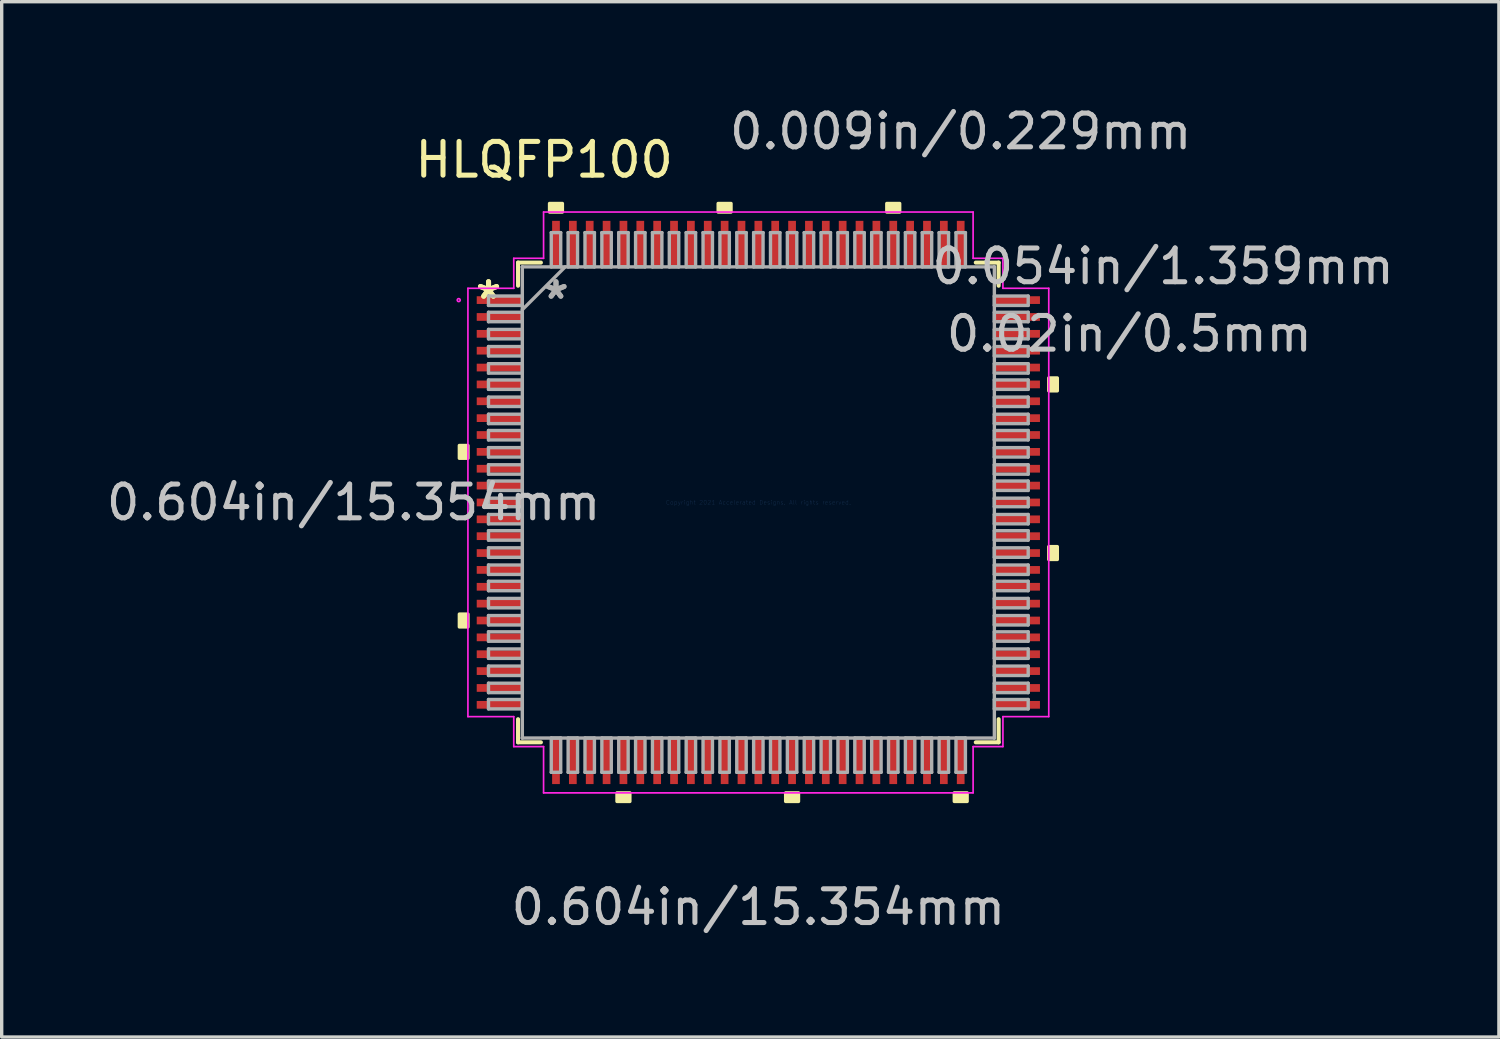
<source format=kicad_pcb>
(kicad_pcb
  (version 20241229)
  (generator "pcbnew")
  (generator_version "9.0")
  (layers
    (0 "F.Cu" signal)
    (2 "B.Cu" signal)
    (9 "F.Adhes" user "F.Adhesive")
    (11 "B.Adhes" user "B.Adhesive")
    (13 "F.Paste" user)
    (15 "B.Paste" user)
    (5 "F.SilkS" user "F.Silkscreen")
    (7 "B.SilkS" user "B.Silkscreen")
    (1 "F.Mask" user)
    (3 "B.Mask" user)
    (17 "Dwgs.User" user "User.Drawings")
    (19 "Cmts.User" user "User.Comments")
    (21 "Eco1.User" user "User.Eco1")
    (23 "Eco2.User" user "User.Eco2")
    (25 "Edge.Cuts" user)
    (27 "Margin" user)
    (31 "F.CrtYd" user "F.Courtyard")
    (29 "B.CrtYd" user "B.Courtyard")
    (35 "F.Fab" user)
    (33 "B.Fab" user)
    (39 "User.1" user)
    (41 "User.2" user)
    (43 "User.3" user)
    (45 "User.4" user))
  (footprint "HLQFP100"
    (layer "F.Cu")
    (at 19.435 11.848)
    (property "Reference" "HLQFP100" (at -6.35 -10.16 0) (layer "F.SilkS") (effects (font (size 1 1) (thickness 0.15))))
    (attr through_hole)
    (fp_line (start -7.125 -7.112) (end -7.125 -6.426) (stroke (width 0.12) (type solid)) (layer "F.SilkS"))
    (fp_line (start -7.125 6.426) (end -7.125 7.112) (stroke (width 0.12) (type solid)) (layer "F.SilkS"))
    (fp_line (start -7.125 7.112) (end -6.447 7.112) (stroke (width 0.12) (type solid)) (layer "F.SilkS"))
    (fp_line (start -6.447 -7.112) (end -7.125 -7.112) (stroke (width 0.12) (type solid)) (layer "F.SilkS"))
    (fp_line (start 6.447 7.112) (end 7.125 7.112) (stroke (width 0.12) (type solid)) (layer "F.SilkS"))
    (fp_line (start 7.125 -7.112) (end 6.447 -7.112) (stroke (width 0.12) (type solid)) (layer "F.SilkS"))
    (fp_line (start 7.125 -6.426) (end 7.125 -7.112) (stroke (width 0.12) (type solid)) (layer "F.SilkS"))
    (fp_line (start 7.125 7.112) (end 7.125 6.426) (stroke (width 0.12) (type solid)) (layer "F.SilkS"))
    (fp_poly (pts (xy -8.865 -1.69) (xy -8.865 -1.31) (xy -8.611 -1.31) (xy -8.611 -1.69)) (stroke (width 0.1) (type solid)) (fill yes) (layer "F.SilkS"))
    (fp_poly (pts (xy -8.865 3.31) (xy -8.865 3.691) (xy -8.611 3.691) (xy -8.611 3.31)) (stroke (width 0.1) (type solid)) (fill yes) (layer "F.SilkS"))
    (fp_poly (pts (xy -6.191 -8.611) (xy -6.191 -8.865) (xy -5.81 -8.865) (xy -5.81 -8.611)) (stroke (width 0.1) (type solid)) (fill yes) (layer "F.SilkS"))
    (fp_poly (pts (xy -4.191 8.611) (xy -4.191 8.865) (xy -3.809 8.865) (xy -3.809 8.611)) (stroke (width 0.1) (type solid)) (fill yes) (layer "F.SilkS"))
    (fp_poly (pts (xy -1.191 -8.611) (xy -1.191 -8.865) (xy -0.81 -8.865) (xy -0.81 -8.611)) (stroke (width 0.1) (type solid)) (fill yes) (layer "F.SilkS"))
    (fp_poly (pts (xy 0.81 8.611) (xy 0.81 8.865) (xy 1.191 8.865) (xy 1.191 8.611)) (stroke (width 0.1) (type solid)) (fill yes) (layer "F.SilkS"))
    (fp_poly (pts (xy 3.809 -8.611) (xy 3.809 -8.865) (xy 4.191 -8.865) (xy 4.191 -8.611)) (stroke (width 0.1) (type solid)) (fill yes) (layer "F.SilkS"))
    (fp_poly (pts (xy 5.81 8.611) (xy 5.81 8.865) (xy 6.191 8.865) (xy 6.191 8.611)) (stroke (width 0.1) (type solid)) (fill yes) (layer "F.SilkS"))
    (fp_poly (pts (xy 8.865 -3.691) (xy 8.865 -3.31) (xy 8.611 -3.31) (xy 8.611 -3.691)) (stroke (width 0.1) (type solid)) (fill yes) (layer "F.SilkS"))
    (fp_poly (pts (xy 8.865 1.31) (xy 8.865 1.69) (xy 8.611 1.69) (xy 8.611 1.31)) (stroke (width 0.1) (type solid)) (fill yes) (layer "F.SilkS"))
    (fp_line (start -8.611 -6.35) (end -7.252 -6.35) (stroke (width 0.05) (type solid)) (layer "F.CrtYd"))
    (fp_line (start -8.611 6.35) (end -8.611 -6.35) (stroke (width 0.05) (type solid)) (layer "F.CrtYd"))
    (fp_line (start -7.252 -7.239) (end -6.368 -7.239) (stroke (width 0.05) (type solid)) (layer "F.CrtYd"))
    (fp_line (start -7.252 -6.35) (end -7.252 -7.239) (stroke (width 0.05) (type solid)) (layer "F.CrtYd"))
    (fp_line (start -7.252 6.35) (end -8.611 6.35) (stroke (width 0.05) (type solid)) (layer "F.CrtYd"))
    (fp_line (start -7.252 7.239) (end -7.252 6.35) (stroke (width 0.05) (type solid)) (layer "F.CrtYd"))
    (fp_line (start -6.368 -8.611) (end 6.368 -8.611) (stroke (width 0.05) (type solid)) (layer "F.CrtYd"))
    (fp_line (start -6.368 -7.239) (end -6.368 -8.611) (stroke (width 0.05) (type solid)) (layer "F.CrtYd"))
    (fp_line (start -6.368 7.239) (end -7.252 7.239) (stroke (width 0.05) (type solid)) (layer "F.CrtYd"))
    (fp_line (start -6.368 8.611) (end -6.368 7.239) (stroke (width 0.05) (type solid)) (layer "F.CrtYd"))
    (fp_line (start 6.368 -8.611) (end 6.368 -7.239) (stroke (width 0.05) (type solid)) (layer "F.CrtYd"))
    (fp_line (start 6.368 -7.239) (end 7.252 -7.239) (stroke (width 0.05) (type solid)) (layer "F.CrtYd"))
    (fp_line (start 6.368 7.239) (end 6.368 8.611) (stroke (width 0.05) (type solid)) (layer "F.CrtYd"))
    (fp_line (start 6.368 8.611) (end -6.368 8.611) (stroke (width 0.05) (type solid)) (layer "F.CrtYd"))
    (fp_line (start 7.252 -7.239) (end 7.252 -6.35) (stroke (width 0.05) (type solid)) (layer "F.CrtYd"))
    (fp_line (start 7.252 -6.35) (end 8.611 -6.35) (stroke (width 0.05) (type solid)) (layer "F.CrtYd"))
    (fp_line (start 7.252 6.35) (end 7.252 7.239) (stroke (width 0.05) (type solid)) (layer "F.CrtYd"))
    (fp_line (start 7.252 7.239) (end 6.368 7.239) (stroke (width 0.05) (type solid)) (layer "F.CrtYd"))
    (fp_line (start 8.611 -6.35) (end 8.611 6.35) (stroke (width 0.05) (type solid)) (layer "F.CrtYd"))
    (fp_line (start 8.611 6.35) (end 7.252 6.35) (stroke (width 0.05) (type solid)) (layer "F.CrtYd"))
    (fp_circle (center -8.884 -6) (end -8.865 -6) (stroke (width 0.05) (type solid)) (fill no) (layer "F.CrtYd"))
    (fp_line (start -8.001 -6.121) (end -8.001 -5.842) (stroke (width 0.1) (type solid)) (layer "F.Fab"))
    (fp_line (start -8.001 -5.842) (end -6.998 -5.842) (stroke (width 0.1) (type solid)) (layer "F.Fab"))
    (fp_line (start -8.001 -5.639) (end -8.001 -5.359) (stroke (width 0.1) (type solid)) (layer "F.Fab"))
    (fp_line (start -8.001 -5.359) (end -6.998 -5.359) (stroke (width 0.1) (type solid)) (layer "F.Fab"))
    (fp_line (start -8.001 -5.131) (end -8.001 -4.851) (stroke (width 0.1) (type solid)) (layer "F.Fab"))
    (fp_line (start -8.001 -4.851) (end -6.998 -4.851) (stroke (width 0.1) (type solid)) (layer "F.Fab"))
    (fp_line (start -8.001 -4.623) (end -8.001 -4.343) (stroke (width 0.1) (type solid)) (layer "F.Fab"))
    (fp_line (start -8.001 -4.343) (end -6.998 -4.343) (stroke (width 0.1) (type solid)) (layer "F.Fab"))
    (fp_line (start -8.001 -4.115) (end -8.001 -3.835) (stroke (width 0.1) (type solid)) (layer "F.Fab"))
    (fp_line (start -8.001 -3.835) (end -6.998 -3.835) (stroke (width 0.1) (type solid)) (layer "F.Fab"))
    (fp_line (start -8.001 -3.632) (end -8.001 -3.353) (stroke (width 0.1) (type solid)) (layer "F.Fab"))
    (fp_line (start -8.001 -3.353) (end -6.998 -3.353) (stroke (width 0.1) (type solid)) (layer "F.Fab"))
    (fp_line (start -8.001 -3.124) (end -8.001 -2.845) (stroke (width 0.1) (type solid)) (layer "F.Fab"))
    (fp_line (start -8.001 -2.845) (end -6.998 -2.845) (stroke (width 0.1) (type solid)) (layer "F.Fab"))
    (fp_line (start -8.001 -2.616) (end -8.001 -2.337) (stroke (width 0.1) (type solid)) (layer "F.Fab"))
    (fp_line (start -8.001 -2.337) (end -6.998 -2.337) (stroke (width 0.1) (type solid)) (layer "F.Fab"))
    (fp_line (start -8.001 -2.134) (end -8.001 -1.854) (stroke (width 0.1) (type solid)) (layer "F.Fab"))
    (fp_line (start -8.001 -1.854) (end -6.998 -1.854) (stroke (width 0.1) (type solid)) (layer "F.Fab"))
    (fp_line (start -8.001 -1.626) (end -8.001 -1.346) (stroke (width 0.1) (type solid)) (layer "F.Fab"))
    (fp_line (start -8.001 -1.346) (end -6.998 -1.346) (stroke (width 0.1) (type solid)) (layer "F.Fab"))
    (fp_line (start -8.001 -1.118) (end -8.001 -0.838) (stroke (width 0.1) (type solid)) (layer "F.Fab"))
    (fp_line (start -8.001 -0.838) (end -6.998 -0.838) (stroke (width 0.1) (type solid)) (layer "F.Fab"))
    (fp_line (start -8.001 -0.635) (end -8.001 -0.356) (stroke (width 0.1) (type solid)) (layer "F.Fab"))
    (fp_line (start -8.001 -0.356) (end -6.998 -0.356) (stroke (width 0.1) (type solid)) (layer "F.Fab"))
    (fp_line (start -8.001 -0.127) (end -8.001 0.127) (stroke (width 0.1) (type solid)) (layer "F.Fab"))
    (fp_line (start -8.001 0.127) (end -6.998 0.127) (stroke (width 0.1) (type solid)) (layer "F.Fab"))
    (fp_line (start -8.001 0.356) (end -8.001 0.635) (stroke (width 0.1) (type solid)) (layer "F.Fab"))
    (fp_line (start -8.001 0.635) (end -6.998 0.635) (stroke (width 0.1) (type solid)) (layer "F.Fab"))
    (fp_line (start -8.001 0.838) (end -8.001 1.118) (stroke (width 0.1) (type solid)) (layer "F.Fab"))
    (fp_line (start -8.001 1.118) (end -6.998 1.118) (stroke (width 0.1) (type solid)) (layer "F.Fab"))
    (fp_line (start -8.001 1.346) (end -8.001 1.626) (stroke (width 0.1) (type solid)) (layer "F.Fab"))
    (fp_line (start -8.001 1.626) (end -6.998 1.626) (stroke (width 0.1) (type solid)) (layer "F.Fab"))
    (fp_line (start -8.001 1.854) (end -8.001 2.134) (stroke (width 0.1) (type solid)) (layer "F.Fab"))
    (fp_line (start -8.001 2.134) (end -6.998 2.134) (stroke (width 0.1) (type solid)) (layer "F.Fab"))
    (fp_line (start -8.001 2.337) (end -8.001 2.616) (stroke (width 0.1) (type solid)) (layer "F.Fab"))
    (fp_line (start -8.001 2.616) (end -6.998 2.616) (stroke (width 0.1) (type solid)) (layer "F.Fab"))
    (fp_line (start -8.001 2.845) (end -8.001 3.124) (stroke (width 0.1) (type solid)) (layer "F.Fab"))
    (fp_line (start -8.001 3.124) (end -6.998 3.124) (stroke (width 0.1) (type solid)) (layer "F.Fab"))
    (fp_line (start -8.001 3.353) (end -8.001 3.632) (stroke (width 0.1) (type solid)) (layer "F.Fab"))
    (fp_line (start -8.001 3.632) (end -6.998 3.632) (stroke (width 0.1) (type solid)) (layer "F.Fab"))
    (fp_line (start -8.001 3.835) (end -8.001 4.115) (stroke (width 0.1) (type solid)) (layer "F.Fab"))
    (fp_line (start -8.001 4.115) (end -6.998 4.115) (stroke (width 0.1) (type solid)) (layer "F.Fab"))
    (fp_line (start -8.001 4.343) (end -8.001 4.623) (stroke (width 0.1) (type solid)) (layer "F.Fab"))
    (fp_line (start -8.001 4.623) (end -6.998 4.623) (stroke (width 0.1) (type solid)) (layer "F.Fab"))
    (fp_line (start -8.001 4.851) (end -8.001 5.131) (stroke (width 0.1) (type solid)) (layer "F.Fab"))
    (fp_line (start -8.001 5.131) (end -6.998 5.131) (stroke (width 0.1) (type solid)) (layer "F.Fab"))
    (fp_line (start -8.001 5.359) (end -8.001 5.639) (stroke (width 0.1) (type solid)) (layer "F.Fab"))
    (fp_line (start -8.001 5.639) (end -6.998 5.639) (stroke (width 0.1) (type solid)) (layer "F.Fab"))
    (fp_line (start -8.001 5.842) (end -8.001 6.121) (stroke (width 0.1) (type solid)) (layer "F.Fab"))
    (fp_line (start -8.001 6.121) (end -6.998 6.121) (stroke (width 0.1) (type solid)) (layer "F.Fab"))
    (fp_line (start -6.998 -6.985) (end -6.998 -6.985) (stroke (width 0.1) (type solid)) (layer "F.Fab"))
    (fp_line (start -6.998 -6.985) (end -6.998 6.985) (stroke (width 0.1) (type solid)) (layer "F.Fab"))
    (fp_line (start -6.998 -6.121) (end -8.001 -6.121) (stroke (width 0.1) (type solid)) (layer "F.Fab"))
    (fp_line (start -6.998 -5.842) (end -6.998 -6.121) (stroke (width 0.1) (type solid)) (layer "F.Fab"))
    (fp_line (start -6.998 -5.715) (end -5.728 -6.985) (stroke (width 0.1) (type solid)) (layer "F.Fab"))
    (fp_line (start -6.998 -5.639) (end -8.001 -5.639) (stroke (width 0.1) (type solid)) (layer "F.Fab"))
    (fp_line (start -6.998 -5.359) (end -6.998 -5.639) (stroke (width 0.1) (type solid)) (layer "F.Fab"))
    (fp_line (start -6.998 -5.131) (end -8.001 -5.131) (stroke (width 0.1) (type solid)) (layer "F.Fab"))
    (fp_line (start -6.998 -4.851) (end -6.998 -5.131) (stroke (width 0.1) (type solid)) (layer "F.Fab"))
    (fp_line (start -6.998 -4.623) (end -8.001 -4.623) (stroke (width 0.1) (type solid)) (layer "F.Fab"))
    (fp_line (start -6.998 -4.343) (end -6.998 -4.623) (stroke (width 0.1) (type solid)) (layer "F.Fab"))
    (fp_line (start -6.998 -4.115) (end -8.001 -4.115) (stroke (width 0.1) (type solid)) (layer "F.Fab"))
    (fp_line (start -6.998 -3.835) (end -6.998 -4.115) (stroke (width 0.1) (type solid)) (layer "F.Fab"))
    (fp_line (start -6.998 -3.632) (end -8.001 -3.632) (stroke (width 0.1) (type solid)) (layer "F.Fab"))
    (fp_line (start -6.998 -3.353) (end -6.998 -3.632) (stroke (width 0.1) (type solid)) (layer "F.Fab"))
    (fp_line (start -6.998 -3.124) (end -8.001 -3.124) (stroke (width 0.1) (type solid)) (layer "F.Fab"))
    (fp_line (start -6.998 -2.845) (end -6.998 -3.124) (stroke (width 0.1) (type solid)) (layer "F.Fab"))
    (fp_line (start -6.998 -2.616) (end -8.001 -2.616) (stroke (width 0.1) (type solid)) (layer "F.Fab"))
    (fp_line (start -6.998 -2.337) (end -6.998 -2.616) (stroke (width 0.1) (type solid)) (layer "F.Fab"))
    (fp_line (start -6.998 -2.134) (end -8.001 -2.134) (stroke (width 0.1) (type solid)) (layer "F.Fab"))
    (fp_line (start -6.998 -1.854) (end -6.998 -2.134) (stroke (width 0.1) (type solid)) (layer "F.Fab"))
    (fp_line (start -6.998 -1.626) (end -8.001 -1.626) (stroke (width 0.1) (type solid)) (layer "F.Fab"))
    (fp_line (start -6.998 -1.346) (end -6.998 -1.626) (stroke (width 0.1) (type solid)) (layer "F.Fab"))
    (fp_line (start -6.998 -1.118) (end -8.001 -1.118) (stroke (width 0.1) (type solid)) (layer "F.Fab"))
    (fp_line (start -6.998 -0.838) (end -6.998 -1.118) (stroke (width 0.1) (type solid)) (layer "F.Fab"))
    (fp_line (start -6.998 -0.635) (end -8.001 -0.635) (stroke (width 0.1) (type solid)) (layer "F.Fab"))
    (fp_line (start -6.998 -0.356) (end -6.998 -0.635) (stroke (width 0.1) (type solid)) (layer "F.Fab"))
    (fp_line (start -6.998 -0.127) (end -8.001 -0.127) (stroke (width 0.1) (type solid)) (layer "F.Fab"))
    (fp_line (start -6.998 0.127) (end -6.998 -0.127) (stroke (width 0.1) (type solid)) (layer "F.Fab"))
    (fp_line (start -6.998 0.356) (end -8.001 0.356) (stroke (width 0.1) (type solid)) (layer "F.Fab"))
    (fp_line (start -6.998 0.635) (end -6.998 0.356) (stroke (width 0.1) (type solid)) (layer "F.Fab"))
    (fp_line (start -6.998 0.838) (end -8.001 0.838) (stroke (width 0.1) (type solid)) (layer "F.Fab"))
    (fp_line (start -6.998 1.118) (end -6.998 0.838) (stroke (width 0.1) (type solid)) (layer "F.Fab"))
    (fp_line (start -6.998 1.346) (end -8.001 1.346) (stroke (width 0.1) (type solid)) (layer "F.Fab"))
    (fp_line (start -6.998 1.626) (end -6.998 1.346) (stroke (width 0.1) (type solid)) (layer "F.Fab"))
    (fp_line (start -6.998 1.854) (end -8.001 1.854) (stroke (width 0.1) (type solid)) (layer "F.Fab"))
    (fp_line (start -6.998 2.134) (end -6.998 1.854) (stroke (width 0.1) (type solid)) (layer "F.Fab"))
    (fp_line (start -6.998 2.337) (end -8.001 2.337) (stroke (width 0.1) (type solid)) (layer "F.Fab"))
    (fp_line (start -6.998 2.616) (end -6.998 2.337) (stroke (width 0.1) (type solid)) (layer "F.Fab"))
    (fp_line (start -6.998 2.845) (end -8.001 2.845) (stroke (width 0.1) (type solid)) (layer "F.Fab"))
    (fp_line (start -6.998 3.124) (end -6.998 2.845) (stroke (width 0.1) (type solid)) (layer "F.Fab"))
    (fp_line (start -6.998 3.353) (end -8.001 3.353) (stroke (width 0.1) (type solid)) (layer "F.Fab"))
    (fp_line (start -6.998 3.632) (end -6.998 3.353) (stroke (width 0.1) (type solid)) (layer "F.Fab"))
    (fp_line (start -6.998 3.835) (end -8.001 3.835) (stroke (width 0.1) (type solid)) (layer "F.Fab"))
    (fp_line (start -6.998 4.115) (end -6.998 3.835) (stroke (width 0.1) (type solid)) (layer "F.Fab"))
    (fp_line (start -6.998 4.343) (end -8.001 4.343) (stroke (width 0.1) (type solid)) (layer "F.Fab"))
    (fp_line (start -6.998 4.623) (end -6.998 4.343) (stroke (width 0.1) (type solid)) (layer "F.Fab"))
    (fp_line (start -6.998 4.851) (end -8.001 4.851) (stroke (width 0.1) (type solid)) (layer "F.Fab"))
    (fp_line (start -6.998 5.131) (end -6.998 4.851) (stroke (width 0.1) (type solid)) (layer "F.Fab"))
    (fp_line (start -6.998 5.359) (end -8.001 5.359) (stroke (width 0.1) (type solid)) (layer "F.Fab"))
    (fp_line (start -6.998 5.639) (end -6.998 5.359) (stroke (width 0.1) (type solid)) (layer "F.Fab"))
    (fp_line (start -6.998 5.842) (end -8.001 5.842) (stroke (width 0.1) (type solid)) (layer "F.Fab"))
    (fp_line (start -6.998 6.121) (end -6.998 5.842) (stroke (width 0.1) (type solid)) (layer "F.Fab"))
    (fp_line (start -6.998 6.985) (end -6.998 6.985) (stroke (width 0.1) (type solid)) (layer "F.Fab"))
    (fp_line (start -6.998 6.985) (end 6.998 6.985) (stroke (width 0.1) (type solid)) (layer "F.Fab"))
    (fp_line (start -6.14 -8.001) (end -6.14 -6.985) (stroke (width 0.1) (type solid)) (layer "F.Fab"))
    (fp_line (start -6.14 -6.985) (end -5.86 -6.985) (stroke (width 0.1) (type solid)) (layer "F.Fab"))
    (fp_line (start -6.14 6.985) (end -6.14 8.001) (stroke (width 0.1) (type solid)) (layer "F.Fab"))
    (fp_line (start -6.14 8.001) (end -5.86 8.001) (stroke (width 0.1) (type solid)) (layer "F.Fab"))
    (fp_line (start -5.86 -8.001) (end -6.14 -8.001) (stroke (width 0.1) (type solid)) (layer "F.Fab"))
    (fp_line (start -5.86 -6.985) (end -5.86 -8.001) (stroke (width 0.1) (type solid)) (layer "F.Fab"))
    (fp_line (start -5.86 6.985) (end -6.14 6.985) (stroke (width 0.1) (type solid)) (layer "F.Fab"))
    (fp_line (start -5.86 8.001) (end -5.86 6.985) (stroke (width 0.1) (type solid)) (layer "F.Fab"))
    (fp_line (start -5.64 -8.001) (end -5.64 -6.985) (stroke (width 0.1) (type solid)) (layer "F.Fab"))
    (fp_line (start -5.64 -6.985) (end -5.36 -6.985) (stroke (width 0.1) (type solid)) (layer "F.Fab"))
    (fp_line (start -5.64 6.985) (end -5.64 8.001) (stroke (width 0.1) (type solid)) (layer "F.Fab"))
    (fp_line (start -5.64 8.001) (end -5.36 8.001) (stroke (width 0.1) (type solid)) (layer "F.Fab"))
    (fp_line (start -5.36 -8.001) (end -5.64 -8.001) (stroke (width 0.1) (type solid)) (layer "F.Fab"))
    (fp_line (start -5.36 -6.985) (end -5.36 -8.001) (stroke (width 0.1) (type solid)) (layer "F.Fab"))
    (fp_line (start -5.36 6.985) (end -5.64 6.985) (stroke (width 0.1) (type solid)) (layer "F.Fab"))
    (fp_line (start -5.36 8.001) (end -5.36 6.985) (stroke (width 0.1) (type solid)) (layer "F.Fab"))
    (fp_line (start -5.14 -8.001) (end -5.14 -6.985) (stroke (width 0.1) (type solid)) (layer "F.Fab"))
    (fp_line (start -5.14 -6.985) (end -4.86 -6.985) (stroke (width 0.1) (type solid)) (layer "F.Fab"))
    (fp_line (start -5.14 6.985) (end -5.14 8.001) (stroke (width 0.1) (type solid)) (layer "F.Fab"))
    (fp_line (start -5.14 8.001) (end -4.86 8.001) (stroke (width 0.1) (type solid)) (layer "F.Fab"))
    (fp_line (start -4.86 -8.001) (end -5.14 -8.001) (stroke (width 0.1) (type solid)) (layer "F.Fab"))
    (fp_line (start -4.86 -6.985) (end -4.86 -8.001) (stroke (width 0.1) (type solid)) (layer "F.Fab"))
    (fp_line (start -4.86 6.985) (end -5.14 6.985) (stroke (width 0.1) (type solid)) (layer "F.Fab"))
    (fp_line (start -4.86 8.001) (end -4.86 6.985) (stroke (width 0.1) (type solid)) (layer "F.Fab"))
    (fp_line (start -4.64 -8.001) (end -4.64 -6.985) (stroke (width 0.1) (type solid)) (layer "F.Fab"))
    (fp_line (start -4.64 -6.985) (end -4.36 -6.985) (stroke (width 0.1) (type solid)) (layer "F.Fab"))
    (fp_line (start -4.64 6.985) (end -4.64 8.001) (stroke (width 0.1) (type solid)) (layer "F.Fab"))
    (fp_line (start -4.64 8.001) (end -4.36 8.001) (stroke (width 0.1) (type solid)) (layer "F.Fab"))
    (fp_line (start -4.36 -8.001) (end -4.64 -8.001) (stroke (width 0.1) (type solid)) (layer "F.Fab"))
    (fp_line (start -4.36 -6.985) (end -4.36 -8.001) (stroke (width 0.1) (type solid)) (layer "F.Fab"))
    (fp_line (start -4.36 6.985) (end -4.64 6.985) (stroke (width 0.1) (type solid)) (layer "F.Fab"))
    (fp_line (start -4.36 8.001) (end -4.36 6.985) (stroke (width 0.1) (type solid)) (layer "F.Fab"))
    (fp_line (start -4.14 -8.001) (end -4.14 -6.985) (stroke (width 0.1) (type solid)) (layer "F.Fab"))
    (fp_line (start -4.14 -6.985) (end -3.86 -6.985) (stroke (width 0.1) (type solid)) (layer "F.Fab"))
    (fp_line (start -4.14 6.985) (end -4.14 8.001) (stroke (width 0.1) (type solid)) (layer "F.Fab"))
    (fp_line (start -4.14 8.001) (end -3.86 8.001) (stroke (width 0.1) (type solid)) (layer "F.Fab"))
    (fp_line (start -3.86 -8.001) (end -4.14 -8.001) (stroke (width 0.1) (type solid)) (layer "F.Fab"))
    (fp_line (start -3.86 -6.985) (end -3.86 -8.001) (stroke (width 0.1) (type solid)) (layer "F.Fab"))
    (fp_line (start -3.86 6.985) (end -4.14 6.985) (stroke (width 0.1) (type solid)) (layer "F.Fab"))
    (fp_line (start -3.86 8.001) (end -3.86 6.985) (stroke (width 0.1) (type solid)) (layer "F.Fab"))
    (fp_line (start -3.64 -8.001) (end -3.64 -6.985) (stroke (width 0.1) (type solid)) (layer "F.Fab"))
    (fp_line (start -3.64 -6.985) (end -3.36 -6.985) (stroke (width 0.1) (type solid)) (layer "F.Fab"))
    (fp_line (start -3.64 6.985) (end -3.64 8.001) (stroke (width 0.1) (type solid)) (layer "F.Fab"))
    (fp_line (start -3.64 8.001) (end -3.36 8.001) (stroke (width 0.1) (type solid)) (layer "F.Fab"))
    (fp_line (start -3.36 -8.001) (end -3.64 -8.001) (stroke (width 0.1) (type solid)) (layer "F.Fab"))
    (fp_line (start -3.36 -6.985) (end -3.36 -8.001) (stroke (width 0.1) (type solid)) (layer "F.Fab"))
    (fp_line (start -3.36 6.985) (end -3.64 6.985) (stroke (width 0.1) (type solid)) (layer "F.Fab"))
    (fp_line (start -3.36 8.001) (end -3.36 6.985) (stroke (width 0.1) (type solid)) (layer "F.Fab"))
    (fp_line (start -3.14 -8.001) (end -3.14 -6.985) (stroke (width 0.1) (type solid)) (layer "F.Fab"))
    (fp_line (start -3.14 -6.985) (end -2.86 -6.985) (stroke (width 0.1) (type solid)) (layer "F.Fab"))
    (fp_line (start -3.14 6.985) (end -3.14 8.001) (stroke (width 0.1) (type solid)) (layer "F.Fab"))
    (fp_line (start -3.14 8.001) (end -2.86 8.001) (stroke (width 0.1) (type solid)) (layer "F.Fab"))
    (fp_line (start -2.86 -8.001) (end -3.14 -8.001) (stroke (width 0.1) (type solid)) (layer "F.Fab"))
    (fp_line (start -2.86 -6.985) (end -2.86 -8.001) (stroke (width 0.1) (type solid)) (layer "F.Fab"))
    (fp_line (start -2.86 6.985) (end -3.14 6.985) (stroke (width 0.1) (type solid)) (layer "F.Fab"))
    (fp_line (start -2.86 8.001) (end -2.86 6.985) (stroke (width 0.1) (type solid)) (layer "F.Fab"))
    (fp_line (start -2.64 -8.001) (end -2.64 -6.985) (stroke (width 0.1) (type solid)) (layer "F.Fab"))
    (fp_line (start -2.64 -6.985) (end -2.36 -6.985) (stroke (width 0.1) (type solid)) (layer "F.Fab"))
    (fp_line (start -2.64 6.985) (end -2.64 8.001) (stroke (width 0.1) (type solid)) (layer "F.Fab"))
    (fp_line (start -2.64 8.001) (end -2.36 8.001) (stroke (width 0.1) (type solid)) (layer "F.Fab"))
    (fp_line (start -2.36 -8.001) (end -2.64 -8.001) (stroke (width 0.1) (type solid)) (layer "F.Fab"))
    (fp_line (start -2.36 -6.985) (end -2.36 -8.001) (stroke (width 0.1) (type solid)) (layer "F.Fab"))
    (fp_line (start -2.36 6.985) (end -2.64 6.985) (stroke (width 0.1) (type solid)) (layer "F.Fab"))
    (fp_line (start -2.36 8.001) (end -2.36 6.985) (stroke (width 0.1) (type solid)) (layer "F.Fab"))
    (fp_line (start -2.14 -8.001) (end -2.14 -6.985) (stroke (width 0.1) (type solid)) (layer "F.Fab"))
    (fp_line (start -2.14 -6.985) (end -1.86 -6.985) (stroke (width 0.1) (type solid)) (layer "F.Fab"))
    (fp_line (start -2.14 6.985) (end -2.14 8.001) (stroke (width 0.1) (type solid)) (layer "F.Fab"))
    (fp_line (start -2.14 8.001) (end -1.86 8.001) (stroke (width 0.1) (type solid)) (layer "F.Fab"))
    (fp_line (start -1.86 -8.001) (end -2.14 -8.001) (stroke (width 0.1) (type solid)) (layer "F.Fab"))
    (fp_line (start -1.86 -6.985) (end -1.86 -8.001) (stroke (width 0.1) (type solid)) (layer "F.Fab"))
    (fp_line (start -1.86 6.985) (end -2.14 6.985) (stroke (width 0.1) (type solid)) (layer "F.Fab"))
    (fp_line (start -1.86 8.001) (end -1.86 6.985) (stroke (width 0.1) (type solid)) (layer "F.Fab"))
    (fp_line (start -1.64 -8.001) (end -1.64 -6.985) (stroke (width 0.1) (type solid)) (layer "F.Fab"))
    (fp_line (start -1.64 -6.985) (end -1.36 -6.985) (stroke (width 0.1) (type solid)) (layer "F.Fab"))
    (fp_line (start -1.64 6.985) (end -1.64 8.001) (stroke (width 0.1) (type solid)) (layer "F.Fab"))
    (fp_line (start -1.64 8.001) (end -1.36 8.001) (stroke (width 0.1) (type solid)) (layer "F.Fab"))
    (fp_line (start -1.36 -8.001) (end -1.64 -8.001) (stroke (width 0.1) (type solid)) (layer "F.Fab"))
    (fp_line (start -1.36 -6.985) (end -1.36 -8.001) (stroke (width 0.1) (type solid)) (layer "F.Fab"))
    (fp_line (start -1.36 6.985) (end -1.64 6.985) (stroke (width 0.1) (type solid)) (layer "F.Fab"))
    (fp_line (start -1.36 8.001) (end -1.36 6.985) (stroke (width 0.1) (type solid)) (layer "F.Fab"))
    (fp_line (start -1.14 -8.001) (end -1.14 -6.985) (stroke (width 0.1) (type solid)) (layer "F.Fab"))
    (fp_line (start -1.14 -6.985) (end -0.86 -6.985) (stroke (width 0.1) (type solid)) (layer "F.Fab"))
    (fp_line (start -1.14 6.985) (end -1.14 8.001) (stroke (width 0.1) (type solid)) (layer "F.Fab"))
    (fp_line (start -1.14 8.001) (end -0.86 8.001) (stroke (width 0.1) (type solid)) (layer "F.Fab"))
    (fp_line (start -0.86 -8.001) (end -1.14 -8.001) (stroke (width 0.1) (type solid)) (layer "F.Fab"))
    (fp_line (start -0.86 -6.985) (end -0.86 -8.001) (stroke (width 0.1) (type solid)) (layer "F.Fab"))
    (fp_line (start -0.86 6.985) (end -1.14 6.985) (stroke (width 0.1) (type solid)) (layer "F.Fab"))
    (fp_line (start -0.86 8.001) (end -0.86 6.985) (stroke (width 0.1) (type solid)) (layer "F.Fab"))
    (fp_line (start -0.64 -8.001) (end -0.64 -6.985) (stroke (width 0.1) (type solid)) (layer "F.Fab"))
    (fp_line (start -0.64 -6.985) (end -0.36 -6.985) (stroke (width 0.1) (type solid)) (layer "F.Fab"))
    (fp_line (start -0.64 6.985) (end -0.64 8.001) (stroke (width 0.1) (type solid)) (layer "F.Fab"))
    (fp_line (start -0.64 8.001) (end -0.36 8.001) (stroke (width 0.1) (type solid)) (layer "F.Fab"))
    (fp_line (start -0.36 -8.001) (end -0.64 -8.001) (stroke (width 0.1) (type solid)) (layer "F.Fab"))
    (fp_line (start -0.36 -6.985) (end -0.36 -8.001) (stroke (width 0.1) (type solid)) (layer "F.Fab"))
    (fp_line (start -0.36 6.985) (end -0.64 6.985) (stroke (width 0.1) (type solid)) (layer "F.Fab"))
    (fp_line (start -0.36 8.001) (end -0.36 6.985) (stroke (width 0.1) (type solid)) (layer "F.Fab"))
    (fp_line (start -0.14 -8.001) (end -0.14 -6.985) (stroke (width 0.1) (type solid)) (layer "F.Fab"))
    (fp_line (start -0.14 -6.985) (end 0.14 -6.985) (stroke (width 0.1) (type solid)) (layer "F.Fab"))
    (fp_line (start -0.14 6.985) (end -0.14 8.001) (stroke (width 0.1) (type solid)) (layer "F.Fab"))
    (fp_line (start -0.14 8.001) (end 0.14 8.001) (stroke (width 0.1) (type solid)) (layer "F.Fab"))
    (fp_line (start 0.14 -8.001) (end -0.14 -8.001) (stroke (width 0.1) (type solid)) (layer "F.Fab"))
    (fp_line (start 0.14 -6.985) (end 0.14 -8.001) (stroke (width 0.1) (type solid)) (layer "F.Fab"))
    (fp_line (start 0.14 6.985) (end -0.14 6.985) (stroke (width 0.1) (type solid)) (layer "F.Fab"))
    (fp_line (start 0.14 8.001) (end 0.14 6.985) (stroke (width 0.1) (type solid)) (layer "F.Fab"))
    (fp_line (start 0.36 -8.001) (end 0.36 -6.985) (stroke (width 0.1) (type solid)) (layer "F.Fab"))
    (fp_line (start 0.36 -6.985) (end 0.64 -6.985) (stroke (width 0.1) (type solid)) (layer "F.Fab"))
    (fp_line (start 0.36 6.985) (end 0.36 8.001) (stroke (width 0.1) (type solid)) (layer "F.Fab"))
    (fp_line (start 0.36 8.001) (end 0.64 8.001) (stroke (width 0.1) (type solid)) (layer "F.Fab"))
    (fp_line (start 0.64 -8.001) (end 0.36 -8.001) (stroke (width 0.1) (type solid)) (layer "F.Fab"))
    (fp_line (start 0.64 -6.985) (end 0.64 -8.001) (stroke (width 0.1) (type solid)) (layer "F.Fab"))
    (fp_line (start 0.64 6.985) (end 0.36 6.985) (stroke (width 0.1) (type solid)) (layer "F.Fab"))
    (fp_line (start 0.64 8.001) (end 0.64 6.985) (stroke (width 0.1) (type solid)) (layer "F.Fab"))
    (fp_line (start 0.86 -8.001) (end 0.86 -6.985) (stroke (width 0.1) (type solid)) (layer "F.Fab"))
    (fp_line (start 0.86 -6.985) (end 1.14 -6.985) (stroke (width 0.1) (type solid)) (layer "F.Fab"))
    (fp_line (start 0.86 6.985) (end 0.86 8.001) (stroke (width 0.1) (type solid)) (layer "F.Fab"))
    (fp_line (start 0.86 8.001) (end 1.14 8.001) (stroke (width 0.1) (type solid)) (layer "F.Fab"))
    (fp_line (start 1.14 -8.001) (end 0.86 -8.001) (stroke (width 0.1) (type solid)) (layer "F.Fab"))
    (fp_line (start 1.14 -6.985) (end 1.14 -8.001) (stroke (width 0.1) (type solid)) (layer "F.Fab"))
    (fp_line (start 1.14 6.985) (end 0.86 6.985) (stroke (width 0.1) (type solid)) (layer "F.Fab"))
    (fp_line (start 1.14 8.001) (end 1.14 6.985) (stroke (width 0.1) (type solid)) (layer "F.Fab"))
    (fp_line (start 1.36 -8.001) (end 1.36 -6.985) (stroke (width 0.1) (type solid)) (layer "F.Fab"))
    (fp_line (start 1.36 -6.985) (end 1.64 -6.985) (stroke (width 0.1) (type solid)) (layer "F.Fab"))
    (fp_line (start 1.36 6.985) (end 1.36 8.001) (stroke (width 0.1) (type solid)) (layer "F.Fab"))
    (fp_line (start 1.36 8.001) (end 1.64 8.001) (stroke (width 0.1) (type solid)) (layer "F.Fab"))
    (fp_line (start 1.64 -8.001) (end 1.36 -8.001) (stroke (width 0.1) (type solid)) (layer "F.Fab"))
    (fp_line (start 1.64 -6.985) (end 1.64 -8.001) (stroke (width 0.1) (type solid)) (layer "F.Fab"))
    (fp_line (start 1.64 6.985) (end 1.36 6.985) (stroke (width 0.1) (type solid)) (layer "F.Fab"))
    (fp_line (start 1.64 8.001) (end 1.64 6.985) (stroke (width 0.1) (type solid)) (layer "F.Fab"))
    (fp_line (start 1.86 -8.001) (end 1.86 -6.985) (stroke (width 0.1) (type solid)) (layer "F.Fab"))
    (fp_line (start 1.86 -6.985) (end 2.14 -6.985) (stroke (width 0.1) (type solid)) (layer "F.Fab"))
    (fp_line (start 1.86 6.985) (end 1.86 8.001) (stroke (width 0.1) (type solid)) (layer "F.Fab"))
    (fp_line (start 1.86 8.001) (end 2.14 8.001) (stroke (width 0.1) (type solid)) (layer "F.Fab"))
    (fp_line (start 2.14 -8.001) (end 1.86 -8.001) (stroke (width 0.1) (type solid)) (layer "F.Fab"))
    (fp_line (start 2.14 -6.985) (end 2.14 -8.001) (stroke (width 0.1) (type solid)) (layer "F.Fab"))
    (fp_line (start 2.14 6.985) (end 1.86 6.985) (stroke (width 0.1) (type solid)) (layer "F.Fab"))
    (fp_line (start 2.14 8.001) (end 2.14 6.985) (stroke (width 0.1) (type solid)) (layer "F.Fab"))
    (fp_line (start 2.36 -8.001) (end 2.36 -6.985) (stroke (width 0.1) (type solid)) (layer "F.Fab"))
    (fp_line (start 2.36 -6.985) (end 2.64 -6.985) (stroke (width 0.1) (type solid)) (layer "F.Fab"))
    (fp_line (start 2.36 6.985) (end 2.36 8.001) (stroke (width 0.1) (type solid)) (layer "F.Fab"))
    (fp_line (start 2.36 8.001) (end 2.64 8.001) (stroke (width 0.1) (type solid)) (layer "F.Fab"))
    (fp_line (start 2.64 -8.001) (end 2.36 -8.001) (stroke (width 0.1) (type solid)) (layer "F.Fab"))
    (fp_line (start 2.64 -6.985) (end 2.64 -8.001) (stroke (width 0.1) (type solid)) (layer "F.Fab"))
    (fp_line (start 2.64 6.985) (end 2.36 6.985) (stroke (width 0.1) (type solid)) (layer "F.Fab"))
    (fp_line (start 2.64 8.001) (end 2.64 6.985) (stroke (width 0.1) (type solid)) (layer "F.Fab"))
    (fp_line (start 2.86 -8.001) (end 2.86 -6.985) (stroke (width 0.1) (type solid)) (layer "F.Fab"))
    (fp_line (start 2.86 -6.985) (end 3.14 -6.985) (stroke (width 0.1) (type solid)) (layer "F.Fab"))
    (fp_line (start 2.86 6.985) (end 2.86 8.001) (stroke (width 0.1) (type solid)) (layer "F.Fab"))
    (fp_line (start 2.86 8.001) (end 3.14 8.001) (stroke (width 0.1) (type solid)) (layer "F.Fab"))
    (fp_line (start 3.14 -8.001) (end 2.86 -8.001) (stroke (width 0.1) (type solid)) (layer "F.Fab"))
    (fp_line (start 3.14 -6.985) (end 3.14 -8.001) (stroke (width 0.1) (type solid)) (layer "F.Fab"))
    (fp_line (start 3.14 6.985) (end 2.86 6.985) (stroke (width 0.1) (type solid)) (layer "F.Fab"))
    (fp_line (start 3.14 8.001) (end 3.14 6.985) (stroke (width 0.1) (type solid)) (layer "F.Fab"))
    (fp_line (start 3.36 -8.001) (end 3.36 -6.985) (stroke (width 0.1) (type solid)) (layer "F.Fab"))
    (fp_line (start 3.36 -6.985) (end 3.64 -6.985) (stroke (width 0.1) (type solid)) (layer "F.Fab"))
    (fp_line (start 3.36 6.985) (end 3.36 8.001) (stroke (width 0.1) (type solid)) (layer "F.Fab"))
    (fp_line (start 3.36 8.001) (end 3.64 8.001) (stroke (width 0.1) (type solid)) (layer "F.Fab"))
    (fp_line (start 3.64 -8.001) (end 3.36 -8.001) (stroke (width 0.1) (type solid)) (layer "F.Fab"))
    (fp_line (start 3.64 -6.985) (end 3.64 -8.001) (stroke (width 0.1) (type solid)) (layer "F.Fab"))
    (fp_line (start 3.64 6.985) (end 3.36 6.985) (stroke (width 0.1) (type solid)) (layer "F.Fab"))
    (fp_line (start 3.64 8.001) (end 3.64 6.985) (stroke (width 0.1) (type solid)) (layer "F.Fab"))
    (fp_line (start 3.86 -8.001) (end 3.86 -6.985) (stroke (width 0.1) (type solid)) (layer "F.Fab"))
    (fp_line (start 3.86 -6.985) (end 4.14 -6.985) (stroke (width 0.1) (type solid)) (layer "F.Fab"))
    (fp_line (start 3.86 6.985) (end 3.86 8.001) (stroke (width 0.1) (type solid)) (layer "F.Fab"))
    (fp_line (start 3.86 8.001) (end 4.14 8.001) (stroke (width 0.1) (type solid)) (layer "F.Fab"))
    (fp_line (start 4.14 -8.001) (end 3.86 -8.001) (stroke (width 0.1) (type solid)) (layer "F.Fab"))
    (fp_line (start 4.14 -6.985) (end 4.14 -8.001) (stroke (width 0.1) (type solid)) (layer "F.Fab"))
    (fp_line (start 4.14 6.985) (end 3.86 6.985) (stroke (width 0.1) (type solid)) (layer "F.Fab"))
    (fp_line (start 4.14 8.001) (end 4.14 6.985) (stroke (width 0.1) (type solid)) (layer "F.Fab"))
    (fp_line (start 4.36 -8.001) (end 4.36 -6.985) (stroke (width 0.1) (type solid)) (layer "F.Fab"))
    (fp_line (start 4.36 -6.985) (end 4.64 -6.985) (stroke (width 0.1) (type solid)) (layer "F.Fab"))
    (fp_line (start 4.36 6.985) (end 4.36 8.001) (stroke (width 0.1) (type solid)) (layer "F.Fab"))
    (fp_line (start 4.36 8.001) (end 4.64 8.001) (stroke (width 0.1) (type solid)) (layer "F.Fab"))
    (fp_line (start 4.64 -8.001) (end 4.36 -8.001) (stroke (width 0.1) (type solid)) (layer "F.Fab"))
    (fp_line (start 4.64 -6.985) (end 4.64 -8.001) (stroke (width 0.1) (type solid)) (layer "F.Fab"))
    (fp_line (start 4.64 6.985) (end 4.36 6.985) (stroke (width 0.1) (type solid)) (layer "F.Fab"))
    (fp_line (start 4.64 8.001) (end 4.64 6.985) (stroke (width 0.1) (type solid)) (layer "F.Fab"))
    (fp_line (start 4.86 -8.001) (end 4.86 -6.985) (stroke (width 0.1) (type solid)) (layer "F.Fab"))
    (fp_line (start 4.86 -6.985) (end 5.14 -6.985) (stroke (width 0.1) (type solid)) (layer "F.Fab"))
    (fp_line (start 4.86 6.985) (end 4.86 8.001) (stroke (width 0.1) (type solid)) (layer "F.Fab"))
    (fp_line (start 4.86 8.001) (end 5.14 8.001) (stroke (width 0.1) (type solid)) (layer "F.Fab"))
    (fp_line (start 5.14 -8.001) (end 4.86 -8.001) (stroke (width 0.1) (type solid)) (layer "F.Fab"))
    (fp_line (start 5.14 -6.985) (end 5.14 -8.001) (stroke (width 0.1) (type solid)) (layer "F.Fab"))
    (fp_line (start 5.14 6.985) (end 4.86 6.985) (stroke (width 0.1) (type solid)) (layer "F.Fab"))
    (fp_line (start 5.14 8.001) (end 5.14 6.985) (stroke (width 0.1) (type solid)) (layer "F.Fab"))
    (fp_line (start 5.36 -8.001) (end 5.36 -6.985) (stroke (width 0.1) (type solid)) (layer "F.Fab"))
    (fp_line (start 5.36 -6.985) (end 5.64 -6.985) (stroke (width 0.1) (type solid)) (layer "F.Fab"))
    (fp_line (start 5.36 6.985) (end 5.36 8.001) (stroke (width 0.1) (type solid)) (layer "F.Fab"))
    (fp_line (start 5.36 8.001) (end 5.64 8.001) (stroke (width 0.1) (type solid)) (layer "F.Fab"))
    (fp_line (start 5.64 -8.001) (end 5.36 -8.001) (stroke (width 0.1) (type solid)) (layer "F.Fab"))
    (fp_line (start 5.64 -6.985) (end 5.64 -8.001) (stroke (width 0.1) (type solid)) (layer "F.Fab"))
    (fp_line (start 5.64 6.985) (end 5.36 6.985) (stroke (width 0.1) (type solid)) (layer "F.Fab"))
    (fp_line (start 5.64 8.001) (end 5.64 6.985) (stroke (width 0.1) (type solid)) (layer "F.Fab"))
    (fp_line (start 5.86 -8.001) (end 5.86 -6.985) (stroke (width 0.1) (type solid)) (layer "F.Fab"))
    (fp_line (start 5.86 -6.985) (end 6.14 -6.985) (stroke (width 0.1) (type solid)) (layer "F.Fab"))
    (fp_line (start 5.86 6.985) (end 5.86 8.001) (stroke (width 0.1) (type solid)) (layer "F.Fab"))
    (fp_line (start 5.86 8.001) (end 6.14 8.001) (stroke (width 0.1) (type solid)) (layer "F.Fab"))
    (fp_line (start 6.14 -8.001) (end 5.86 -8.001) (stroke (width 0.1) (type solid)) (layer "F.Fab"))
    (fp_line (start 6.14 -6.985) (end 6.14 -8.001) (stroke (width 0.1) (type solid)) (layer "F.Fab"))
    (fp_line (start 6.14 6.985) (end 5.86 6.985) (stroke (width 0.1) (type solid)) (layer "F.Fab"))
    (fp_line (start 6.14 8.001) (end 6.14 6.985) (stroke (width 0.1) (type solid)) (layer "F.Fab"))
    (fp_line (start 6.998 -6.985) (end -6.998 -6.985) (stroke (width 0.1) (type solid)) (layer "F.Fab"))
    (fp_line (start 6.998 -6.985) (end 6.998 -6.985) (stroke (width 0.1) (type solid)) (layer "F.Fab"))
    (fp_line (start 6.998 -6.121) (end 6.998 -5.842) (stroke (width 0.1) (type solid)) (layer "F.Fab"))
    (fp_line (start 6.998 -5.842) (end 8.001 -5.842) (stroke (width 0.1) (type solid)) (layer "F.Fab"))
    (fp_line (start 6.998 -5.639) (end 6.998 -5.359) (stroke (width 0.1) (type solid)) (layer "F.Fab"))
    (fp_line (start 6.998 -5.359) (end 8.001 -5.359) (stroke (width 0.1) (type solid)) (layer "F.Fab"))
    (fp_line (start 6.998 -5.131) (end 6.998 -4.851) (stroke (width 0.1) (type solid)) (layer "F.Fab"))
    (fp_line (start 6.998 -4.851) (end 8.001 -4.851) (stroke (width 0.1) (type solid)) (layer "F.Fab"))
    (fp_line (start 6.998 -4.623) (end 6.998 -4.343) (stroke (width 0.1) (type solid)) (layer "F.Fab"))
    (fp_line (start 6.998 -4.343) (end 8.001 -4.343) (stroke (width 0.1) (type solid)) (layer "F.Fab"))
    (fp_line (start 6.998 -4.115) (end 6.998 -3.835) (stroke (width 0.1) (type solid)) (layer "F.Fab"))
    (fp_line (start 6.998 -3.835) (end 8.001 -3.835) (stroke (width 0.1) (type solid)) (layer "F.Fab"))
    (fp_line (start 6.998 -3.632) (end 6.998 -3.353) (stroke (width 0.1) (type solid)) (layer "F.Fab"))
    (fp_line (start 6.998 -3.353) (end 8.001 -3.353) (stroke (width 0.1) (type solid)) (layer "F.Fab"))
    (fp_line (start 6.998 -3.124) (end 6.998 -2.845) (stroke (width 0.1) (type solid)) (layer "F.Fab"))
    (fp_line (start 6.998 -2.845) (end 8.001 -2.845) (stroke (width 0.1) (type solid)) (layer "F.Fab"))
    (fp_line (start 6.998 -2.616) (end 6.998 -2.337) (stroke (width 0.1) (type solid)) (layer "F.Fab"))
    (fp_line (start 6.998 -2.337) (end 8.001 -2.337) (stroke (width 0.1) (type solid)) (layer "F.Fab"))
    (fp_line (start 6.998 -2.134) (end 6.998 -1.854) (stroke (width 0.1) (type solid)) (layer "F.Fab"))
    (fp_line (start 6.998 -1.854) (end 8.001 -1.854) (stroke (width 0.1) (type solid)) (layer "F.Fab"))
    (fp_line (start 6.998 -1.626) (end 6.998 -1.346) (stroke (width 0.1) (type solid)) (layer "F.Fab"))
    (fp_line (start 6.998 -1.346) (end 8.001 -1.346) (stroke (width 0.1) (type solid)) (layer "F.Fab"))
    (fp_line (start 6.998 -1.118) (end 6.998 -0.838) (stroke (width 0.1) (type solid)) (layer "F.Fab"))
    (fp_line (start 6.998 -0.838) (end 8.001 -0.838) (stroke (width 0.1) (type solid)) (layer "F.Fab"))
    (fp_line (start 6.998 -0.635) (end 6.998 -0.356) (stroke (width 0.1) (type solid)) (layer "F.Fab"))
    (fp_line (start 6.998 -0.356) (end 8.001 -0.356) (stroke (width 0.1) (type solid)) (layer "F.Fab"))
    (fp_line (start 6.998 -0.127) (end 6.998 0.127) (stroke (width 0.1) (type solid)) (layer "F.Fab"))
    (fp_line (start 6.998 0.127) (end 8.001 0.127) (stroke (width 0.1) (type solid)) (layer "F.Fab"))
    (fp_line (start 6.998 0.356) (end 6.998 0.635) (stroke (width 0.1) (type solid)) (layer "F.Fab"))
    (fp_line (start 6.998 0.635) (end 8.001 0.635) (stroke (width 0.1) (type solid)) (layer "F.Fab"))
    (fp_line (start 6.998 0.838) (end 6.998 1.118) (stroke (width 0.1) (type solid)) (layer "F.Fab"))
    (fp_line (start 6.998 1.118) (end 8.001 1.118) (stroke (width 0.1) (type solid)) (layer "F.Fab"))
    (fp_line (start 6.998 1.346) (end 6.998 1.626) (stroke (width 0.1) (type solid)) (layer "F.Fab"))
    (fp_line (start 6.998 1.626) (end 8.001 1.626) (stroke (width 0.1) (type solid)) (layer "F.Fab"))
    (fp_line (start 6.998 1.854) (end 6.998 2.134) (stroke (width 0.1) (type solid)) (layer "F.Fab"))
    (fp_line (start 6.998 2.134) (end 8.001 2.134) (stroke (width 0.1) (type solid)) (layer "F.Fab"))
    (fp_line (start 6.998 2.337) (end 6.998 2.616) (stroke (width 0.1) (type solid)) (layer "F.Fab"))
    (fp_line (start 6.998 2.616) (end 8.001 2.616) (stroke (width 0.1) (type solid)) (layer "F.Fab"))
    (fp_line (start 6.998 2.845) (end 6.998 3.124) (stroke (width 0.1) (type solid)) (layer "F.Fab"))
    (fp_line (start 6.998 3.124) (end 8.001 3.124) (stroke (width 0.1) (type solid)) (layer "F.Fab"))
    (fp_line (start 6.998 3.353) (end 6.998 3.632) (stroke (width 0.1) (type solid)) (layer "F.Fab"))
    (fp_line (start 6.998 3.632) (end 8.001 3.632) (stroke (width 0.1) (type solid)) (layer "F.Fab"))
    (fp_line (start 6.998 3.835) (end 6.998 4.115) (stroke (width 0.1) (type solid)) (layer "F.Fab"))
    (fp_line (start 6.998 4.115) (end 8.001 4.115) (stroke (width 0.1) (type solid)) (layer "F.Fab"))
    (fp_line (start 6.998 4.343) (end 6.998 4.623) (stroke (width 0.1) (type solid)) (layer "F.Fab"))
    (fp_line (start 6.998 4.623) (end 8.001 4.623) (stroke (width 0.1) (type solid)) (layer "F.Fab"))
    (fp_line (start 6.998 4.851) (end 6.998 5.131) (stroke (width 0.1) (type solid)) (layer "F.Fab"))
    (fp_line (start 6.998 5.131) (end 8.001 5.131) (stroke (width 0.1) (type solid)) (layer "F.Fab"))
    (fp_line (start 6.998 5.359) (end 6.998 5.639) (stroke (width 0.1) (type solid)) (layer "F.Fab"))
    (fp_line (start 6.998 5.639) (end 8.001 5.639) (stroke (width 0.1) (type solid)) (layer "F.Fab"))
    (fp_line (start 6.998 5.842) (end 6.998 6.121) (stroke (width 0.1) (type solid)) (layer "F.Fab"))
    (fp_line (start 6.998 6.121) (end 8.001 6.121) (stroke (width 0.1) (type solid)) (layer "F.Fab"))
    (fp_line (start 6.998 6.985) (end 6.998 -6.985) (stroke (width 0.1) (type solid)) (layer "F.Fab"))
    (fp_line (start 6.998 6.985) (end 6.998 6.985) (stroke (width 0.1) (type solid)) (layer "F.Fab"))
    (fp_line (start 8.001 -6.121) (end 6.998 -6.121) (stroke (width 0.1) (type solid)) (layer "F.Fab"))
    (fp_line (start 8.001 -5.842) (end 8.001 -6.121) (stroke (width 0.1) (type solid)) (layer "F.Fab"))
    (fp_line (start 8.001 -5.639) (end 6.998 -5.639) (stroke (width 0.1) (type solid)) (layer "F.Fab"))
    (fp_line (start 8.001 -5.359) (end 8.001 -5.639) (stroke (width 0.1) (type solid)) (layer "F.Fab"))
    (fp_line (start 8.001 -5.131) (end 6.998 -5.131) (stroke (width 0.1) (type solid)) (layer "F.Fab"))
    (fp_line (start 8.001 -4.851) (end 8.001 -5.131) (stroke (width 0.1) (type solid)) (layer "F.Fab"))
    (fp_line (start 8.001 -4.623) (end 6.998 -4.623) (stroke (width 0.1) (type solid)) (layer "F.Fab"))
    (fp_line (start 8.001 -4.343) (end 8.001 -4.623) (stroke (width 0.1) (type solid)) (layer "F.Fab"))
    (fp_line (start 8.001 -4.115) (end 6.998 -4.115) (stroke (width 0.1) (type solid)) (layer "F.Fab"))
    (fp_line (start 8.001 -3.835) (end 8.001 -4.115) (stroke (width 0.1) (type solid)) (layer "F.Fab"))
    (fp_line (start 8.001 -3.632) (end 6.998 -3.632) (stroke (width 0.1) (type solid)) (layer "F.Fab"))
    (fp_line (start 8.001 -3.353) (end 8.001 -3.632) (stroke (width 0.1) (type solid)) (layer "F.Fab"))
    (fp_line (start 8.001 -3.124) (end 6.998 -3.124) (stroke (width 0.1) (type solid)) (layer "F.Fab"))
    (fp_line (start 8.001 -2.845) (end 8.001 -3.124) (stroke (width 0.1) (type solid)) (layer "F.Fab"))
    (fp_line (start 8.001 -2.616) (end 6.998 -2.616) (stroke (width 0.1) (type solid)) (layer "F.Fab"))
    (fp_line (start 8.001 -2.337) (end 8.001 -2.616) (stroke (width 0.1) (type solid)) (layer "F.Fab"))
    (fp_line (start 8.001 -2.134) (end 6.998 -2.134) (stroke (width 0.1) (type solid)) (layer "F.Fab"))
    (fp_line (start 8.001 -1.854) (end 8.001 -2.134) (stroke (width 0.1) (type solid)) (layer "F.Fab"))
    (fp_line (start 8.001 -1.626) (end 6.998 -1.626) (stroke (width 0.1) (type solid)) (layer "F.Fab"))
    (fp_line (start 8.001 -1.346) (end 8.001 -1.626) (stroke (width 0.1) (type solid)) (layer "F.Fab"))
    (fp_line (start 8.001 -1.118) (end 6.998 -1.118) (stroke (width 0.1) (type solid)) (layer "F.Fab"))
    (fp_line (start 8.001 -0.838) (end 8.001 -1.118) (stroke (width 0.1) (type solid)) (layer "F.Fab"))
    (fp_line (start 8.001 -0.635) (end 6.998 -0.635) (stroke (width 0.1) (type solid)) (layer "F.Fab"))
    (fp_line (start 8.001 -0.356) (end 8.001 -0.635) (stroke (width 0.1) (type solid)) (layer "F.Fab"))
    (fp_line (start 8.001 -0.127) (end 6.998 -0.127) (stroke (width 0.1) (type solid)) (layer "F.Fab"))
    (fp_line (start 8.001 0.127) (end 8.001 -0.127) (stroke (width 0.1) (type solid)) (layer "F.Fab"))
    (fp_line (start 8.001 0.356) (end 6.998 0.356) (stroke (width 0.1) (type solid)) (layer "F.Fab"))
    (fp_line (start 8.001 0.635) (end 8.001 0.356) (stroke (width 0.1) (type solid)) (layer "F.Fab"))
    (fp_line (start 8.001 0.838) (end 6.998 0.838) (stroke (width 0.1) (type solid)) (layer "F.Fab"))
    (fp_line (start 8.001 1.118) (end 8.001 0.838) (stroke (width 0.1) (type solid)) (layer "F.Fab"))
    (fp_line (start 8.001 1.346) (end 6.998 1.346) (stroke (width 0.1) (type solid)) (layer "F.Fab"))
    (fp_line (start 8.001 1.626) (end 8.001 1.346) (stroke (width 0.1) (type solid)) (layer "F.Fab"))
    (fp_line (start 8.001 1.854) (end 6.998 1.854) (stroke (width 0.1) (type solid)) (layer "F.Fab"))
    (fp_line (start 8.001 2.134) (end 8.001 1.854) (stroke (width 0.1) (type solid)) (layer "F.Fab"))
    (fp_line (start 8.001 2.337) (end 6.998 2.337) (stroke (width 0.1) (type solid)) (layer "F.Fab"))
    (fp_line (start 8.001 2.616) (end 8.001 2.337) (stroke (width 0.1) (type solid)) (layer "F.Fab"))
    (fp_line (start 8.001 2.845) (end 6.998 2.845) (stroke (width 0.1) (type solid)) (layer "F.Fab"))
    (fp_line (start 8.001 3.124) (end 8.001 2.845) (stroke (width 0.1) (type solid)) (layer "F.Fab"))
    (fp_line (start 8.001 3.353) (end 6.998 3.353) (stroke (width 0.1) (type solid)) (layer "F.Fab"))
    (fp_line (start 8.001 3.632) (end 8.001 3.353) (stroke (width 0.1) (type solid)) (layer "F.Fab"))
    (fp_line (start 8.001 3.835) (end 6.998 3.835) (stroke (width 0.1) (type solid)) (layer "F.Fab"))
    (fp_line (start 8.001 4.115) (end 8.001 3.835) (stroke (width 0.1) (type solid)) (layer "F.Fab"))
    (fp_line (start 8.001 4.343) (end 6.998 4.343) (stroke (width 0.1) (type solid)) (layer "F.Fab"))
    (fp_line (start 8.001 4.623) (end 8.001 4.343) (stroke (width 0.1) (type solid)) (layer "F.Fab"))
    (fp_line (start 8.001 4.851) (end 6.998 4.851) (stroke (width 0.1) (type solid)) (layer "F.Fab"))
    (fp_line (start 8.001 5.131) (end 8.001 4.851) (stroke (width 0.1) (type solid)) (layer "F.Fab"))
    (fp_line (start 8.001 5.359) (end 6.998 5.359) (stroke (width 0.1) (type solid)) (layer "F.Fab"))
    (fp_line (start 8.001 5.639) (end 8.001 5.359) (stroke (width 0.1) (type solid)) (layer "F.Fab"))
    (fp_line (start 8.001 5.842) (end 6.998 5.842) (stroke (width 0.1) (type solid)) (layer "F.Fab"))
    (fp_line (start 8.001 6.121) (end 8.001 5.842) (stroke (width 0.1) (type solid)) (layer "F.Fab"))
    (fp_text user "*" (at -8 -6 0) (layer "F.SilkS") (effects (font (size 1 1) (thickness 0.15))))
    (fp_text user "*" (at -8 -6 0) (layer "F.SilkS") (effects (font (size 1 1) (thickness 0.15))))
    (fp_text user "0.009in/0.229mm" (at 6 -11 0) (layer "Dwgs.User") (effects (font (size 1 1) (thickness 0.15))))
    (fp_text user "0.054in/1.359mm" (at 12 -7 0) (layer "Dwgs.User") (effects (font (size 1 1) (thickness 0.15))))
    (fp_text user "0.02in/0.5mm" (at 11 -5 0) (layer "Dwgs.User") (effects (font (size 1 1) (thickness 0.15))))
    (fp_text user "0.604in/15.354mm" (at -12 0 0) (layer "Dwgs.User") (effects (font (size 1 1) (thickness 0.15))))
    (fp_text user "0.604in/15.354mm" (at 0 12 0) (layer "Dwgs.User") (effects (font (size 1 1) (thickness 0.15))))
    (fp_text user "Copyright 2021 Accelerated Designs. All rights reserved." (at 0 0 0) (layer "Cmts.User") (effects (font (size 0.127 0.127) (thickness 0.002))))
    (fp_text user "*" (at -6 -6 0) (layer "F.Fab") (effects (font (size 1 1) (thickness 0.15))))
    (fp_text user "*" (at -6 -6 0) (layer "F.Fab") (effects (font (size 1 1) (thickness 0.15))))
    (pad "1" smd rect (at -7.677 -6 90) (size 0.229 1.346) (layers "F.Cu" "F.Mask" "F.Paste"))
    (pad "2" smd rect (at -7.677 -5.5 90) (size 0.229 1.346) (layers "F.Cu" "F.Mask" "F.Paste"))
    (pad "3" smd rect (at -7.677 -5 90) (size 0.229 1.346) (layers "F.Cu" "F.Mask" "F.Paste"))
    (pad "4" smd rect (at -7.677 -4.5 90) (size 0.229 1.346) (layers "F.Cu" "F.Mask" "F.Paste"))
    (pad "5" smd rect (at -7.677 -4 90) (size 0.229 1.346) (layers "F.Cu" "F.Mask" "F.Paste"))
    (pad "6" smd rect (at -7.677 -3.5 90) (size 0.229 1.346) (layers "F.Cu" "F.Mask" "F.Paste"))
    (pad "7" smd rect (at -7.677 -3 90) (size 0.229 1.346) (layers "F.Cu" "F.Mask" "F.Paste"))
    (pad "8" smd rect (at -7.677 -2.5 90) (size 0.229 1.346) (layers "F.Cu" "F.Mask" "F.Paste"))
    (pad "9" smd rect (at -7.677 -2 90) (size 0.229 1.346) (layers "F.Cu" "F.Mask" "F.Paste"))
    (pad "10" smd rect (at -7.677 -1.5 90) (size 0.229 1.346) (layers "F.Cu" "F.Mask" "F.Paste"))
    (pad "11" smd rect (at -7.677 -1 90) (size 0.229 1.346) (layers "F.Cu" "F.Mask" "F.Paste"))
    (pad "12" smd rect (at -7.677 -0.5 90) (size 0.229 1.346) (layers "F.Cu" "F.Mask" "F.Paste"))
    (pad "13" smd rect (at -7.677 0 90) (size 0.229 1.346) (layers "F.Cu" "F.Mask" "F.Paste"))
    (pad "14" smd rect (at -7.677 0.5 90) (size 0.229 1.346) (layers "F.Cu" "F.Mask" "F.Paste"))
    (pad "15" smd rect (at -7.677 1 90) (size 0.229 1.346) (layers "F.Cu" "F.Mask" "F.Paste"))
    (pad "16" smd rect (at -7.677 1.5 90) (size 0.229 1.346) (layers "F.Cu" "F.Mask" "F.Paste"))
    (pad "17" smd rect (at -7.677 2 90) (size 0.229 1.346) (layers "F.Cu" "F.Mask" "F.Paste"))
    (pad "18" smd rect (at -7.677 2.5 90) (size 0.229 1.346) (layers "F.Cu" "F.Mask" "F.Paste"))
    (pad "19" smd rect (at -7.677 3 90) (size 0.229 1.346) (layers "F.Cu" "F.Mask" "F.Paste"))
    (pad "20" smd rect (at -7.677 3.5 90) (size 0.229 1.346) (layers "F.Cu" "F.Mask" "F.Paste"))
    (pad "21" smd rect (at -7.677 4 90) (size 0.229 1.346) (layers "F.Cu" "F.Mask" "F.Paste"))
    (pad "22" smd rect (at -7.677 4.5 90) (size 0.229 1.346) (layers "F.Cu" "F.Mask" "F.Paste"))
    (pad "23" smd rect (at -7.677 5 90) (size 0.229 1.346) (layers "F.Cu" "F.Mask" "F.Paste"))
    (pad "24" smd rect (at -7.677 5.5 90) (size 0.229 1.346) (layers "F.Cu" "F.Mask" "F.Paste"))
    (pad "25" smd rect (at -7.677 6 90) (size 0.229 1.346) (layers "F.Cu" "F.Mask" "F.Paste"))
    (pad "26" smd rect (at -6 7.677) (size 0.229 1.346) (layers "F.Cu" "F.Mask" "F.Paste"))
    (pad "27" smd rect (at -5.5 7.677) (size 0.229 1.346) (layers "F.Cu" "F.Mask" "F.Paste"))
    (pad "28" smd rect (at -5 7.677) (size 0.229 1.346) (layers "F.Cu" "F.Mask" "F.Paste"))
    (pad "29" smd rect (at -4.5 7.677) (size 0.229 1.346) (layers "F.Cu" "F.Mask" "F.Paste"))
    (pad "30" smd rect (at -4 7.677) (size 0.229 1.346) (layers "F.Cu" "F.Mask" "F.Paste"))
    (pad "31" smd rect (at -3.5 7.677) (size 0.229 1.346) (layers "F.Cu" "F.Mask" "F.Paste"))
    (pad "32" smd rect (at -3 7.677) (size 0.229 1.346) (layers "F.Cu" "F.Mask" "F.Paste"))
    (pad "33" smd rect (at -2.5 7.677) (size 0.229 1.346) (layers "F.Cu" "F.Mask" "F.Paste"))
    (pad "34" smd rect (at -2 7.677) (size 0.229 1.346) (layers "F.Cu" "F.Mask" "F.Paste"))
    (pad "35" smd rect (at -1.5 7.677) (size 0.229 1.346) (layers "F.Cu" "F.Mask" "F.Paste"))
    (pad "36" smd rect (at -1 7.677) (size 0.229 1.346) (layers "F.Cu" "F.Mask" "F.Paste"))
    (pad "37" smd rect (at -0.5 7.677) (size 0.229 1.346) (layers "F.Cu" "F.Mask" "F.Paste"))
    (pad "38" smd rect (at 0 7.677) (size 0.229 1.346) (layers "F.Cu" "F.Mask" "F.Paste"))
    (pad "39" smd rect (at 0.5 7.677) (size 0.229 1.346) (layers "F.Cu" "F.Mask" "F.Paste"))
    (pad "40" smd rect (at 1 7.677) (size 0.229 1.346) (layers "F.Cu" "F.Mask" "F.Paste"))
    (pad "41" smd rect (at 1.5 7.677) (size 0.229 1.346) (layers "F.Cu" "F.Mask" "F.Paste"))
    (pad "42" smd rect (at 2 7.677) (size 0.229 1.346) (layers "F.Cu" "F.Mask" "F.Paste"))
    (pad "43" smd rect (at 2.5 7.677) (size 0.229 1.346) (layers "F.Cu" "F.Mask" "F.Paste"))
    (pad "44" smd rect (at 3 7.677) (size 0.229 1.346) (layers "F.Cu" "F.Mask" "F.Paste"))
    (pad "45" smd rect (at 3.5 7.677) (size 0.229 1.346) (layers "F.Cu" "F.Mask" "F.Paste"))
    (pad "46" smd rect (at 4 7.677) (size 0.229 1.346) (layers "F.Cu" "F.Mask" "F.Paste"))
    (pad "47" smd rect (at 4.5 7.677) (size 0.229 1.346) (layers "F.Cu" "F.Mask" "F.Paste"))
    (pad "48" smd rect (at 5 7.677) (size 0.229 1.346) (layers "F.Cu" "F.Mask" "F.Paste"))
    (pad "49" smd rect (at 5.5 7.677) (size 0.229 1.346) (layers "F.Cu" "F.Mask" "F.Paste"))
    (pad "50" smd rect (at 6 7.677) (size 0.229 1.346) (layers "F.Cu" "F.Mask" "F.Paste"))
    (pad "51" smd rect (at 7.677 6 90) (size 0.229 1.346) (layers "F.Cu" "F.Mask" "F.Paste"))
    (pad "52" smd rect (at 7.677 5.5 90) (size 0.229 1.346) (layers "F.Cu" "F.Mask" "F.Paste"))
    (pad "53" smd rect (at 7.677 5 90) (size 0.229 1.346) (layers "F.Cu" "F.Mask" "F.Paste"))
    (pad "54" smd rect (at 7.677 4.5 90) (size 0.229 1.346) (layers "F.Cu" "F.Mask" "F.Paste"))
    (pad "55" smd rect (at 7.677 4 90) (size 0.229 1.346) (layers "F.Cu" "F.Mask" "F.Paste"))
    (pad "56" smd rect (at 7.677 3.5 90) (size 0.229 1.346) (layers "F.Cu" "F.Mask" "F.Paste"))
    (pad "57" smd rect (at 7.677 3 90) (size 0.229 1.346) (layers "F.Cu" "F.Mask" "F.Paste"))
    (pad "58" smd rect (at 7.677 2.5 90) (size 0.229 1.346) (layers "F.Cu" "F.Mask" "F.Paste"))
    (pad "59" smd rect (at 7.677 2 90) (size 0.229 1.346) (layers "F.Cu" "F.Mask" "F.Paste"))
    (pad "60" smd rect (at 7.677 1.5 90) (size 0.229 1.346) (layers "F.Cu" "F.Mask" "F.Paste"))
    (pad "61" smd rect (at 7.677 1 90) (size 0.229 1.346) (layers "F.Cu" "F.Mask" "F.Paste"))
    (pad "62" smd rect (at 7.677 0.5 90) (size 0.229 1.346) (layers "F.Cu" "F.Mask" "F.Paste"))
    (pad "63" smd rect (at 7.677 0 90) (size 0.229 1.346) (layers "F.Cu" "F.Mask" "F.Paste"))
    (pad "64" smd rect (at 7.677 -0.5 90) (size 0.229 1.346) (layers "F.Cu" "F.Mask" "F.Paste"))
    (pad "65" smd rect (at 7.677 -1 90) (size 0.229 1.346) (layers "F.Cu" "F.Mask" "F.Paste"))
    (pad "66" smd rect (at 7.677 -1.5 90) (size 0.229 1.346) (layers "F.Cu" "F.Mask" "F.Paste"))
    (pad "67" smd rect (at 7.677 -2 90) (size 0.229 1.346) (layers "F.Cu" "F.Mask" "F.Paste"))
    (pad "68" smd rect (at 7.677 -2.5 90) (size 0.229 1.346) (layers "F.Cu" "F.Mask" "F.Paste"))
    (pad "69" smd rect (at 7.677 -3 90) (size 0.229 1.346) (layers "F.Cu" "F.Mask" "F.Paste"))
    (pad "70" smd rect (at 7.677 -3.5 90) (size 0.229 1.346) (layers "F.Cu" "F.Mask" "F.Paste"))
    (pad "71" smd rect (at 7.677 -4 90) (size 0.229 1.346) (layers "F.Cu" "F.Mask" "F.Paste"))
    (pad "72" smd rect (at 7.677 -4.5 90) (size 0.229 1.346) (layers "F.Cu" "F.Mask" "F.Paste"))
    (pad "73" smd rect (at 7.677 -5 90) (size 0.229 1.346) (layers "F.Cu" "F.Mask" "F.Paste"))
    (pad "74" smd rect (at 7.677 -5.5 90) (size 0.229 1.346) (layers "F.Cu" "F.Mask" "F.Paste"))
    (pad "75" smd rect (at 7.677 -6 90) (size 0.229 1.346) (layers "F.Cu" "F.Mask" "F.Paste"))
    (pad "76" smd rect (at 6 -7.677) (size 0.229 1.346) (layers "F.Cu" "F.Mask" "F.Paste"))
    (pad "77" smd rect (at 5.5 -7.677) (size 0.229 1.346) (layers "F.Cu" "F.Mask" "F.Paste"))
    (pad "78" smd rect (at 5 -7.677) (size 0.229 1.346) (layers "F.Cu" "F.Mask" "F.Paste"))
    (pad "79" smd rect (at 4.5 -7.677) (size 0.229 1.346) (layers "F.Cu" "F.Mask" "F.Paste"))
    (pad "80" smd rect (at 4 -7.677) (size 0.229 1.346) (layers "F.Cu" "F.Mask" "F.Paste"))
    (pad "81" smd rect (at 3.5 -7.677) (size 0.229 1.346) (layers "F.Cu" "F.Mask" "F.Paste"))
    (pad "82" smd rect (at 3 -7.677) (size 0.229 1.346) (layers "F.Cu" "F.Mask" "F.Paste"))
    (pad "83" smd rect (at 2.5 -7.677) (size 0.229 1.346) (layers "F.Cu" "F.Mask" "F.Paste"))
    (pad "84" smd rect (at 2 -7.677) (size 0.229 1.346) (layers "F.Cu" "F.Mask" "F.Paste"))
    (pad "85" smd rect (at 1.5 -7.677) (size 0.229 1.346) (layers "F.Cu" "F.Mask" "F.Paste"))
    (pad "86" smd rect (at 1 -7.677) (size 0.229 1.346) (layers "F.Cu" "F.Mask" "F.Paste"))
    (pad "87" smd rect (at 0.5 -7.677) (size 0.229 1.346) (layers "F.Cu" "F.Mask" "F.Paste"))
    (pad "88" smd rect (at 0 -7.677) (size 0.229 1.346) (layers "F.Cu" "F.Mask" "F.Paste"))
    (pad "89" smd rect (at -0.5 -7.677) (size 0.229 1.346) (layers "F.Cu" "F.Mask" "F.Paste"))
    (pad "90" smd rect (at -1 -7.677) (size 0.229 1.346) (layers "F.Cu" "F.Mask" "F.Paste"))
    (pad "91" smd rect (at -1.5 -7.677) (size 0.229 1.346) (layers "F.Cu" "F.Mask" "F.Paste"))
    (pad "92" smd rect (at -2 -7.677) (size 0.229 1.346) (layers "F.Cu" "F.Mask" "F.Paste"))
    (pad "93" smd rect (at -2.5 -7.677) (size 0.229 1.346) (layers "F.Cu" "F.Mask" "F.Paste"))
    (pad "94" smd rect (at -3 -7.677) (size 0.229 1.346) (layers "F.Cu" "F.Mask" "F.Paste"))
    (pad "95" smd rect (at -3.5 -7.677) (size 0.229 1.346) (layers "F.Cu" "F.Mask" "F.Paste"))
    (pad "96" smd rect (at -4 -7.677) (size 0.229 1.346) (layers "F.Cu" "F.Mask" "F.Paste"))
    (pad "97" smd rect (at -4.5 -7.677) (size 0.229 1.346) (layers "F.Cu" "F.Mask" "F.Paste"))
    (pad "98" smd rect (at -5 -7.677) (size 0.229 1.346) (layers "F.Cu" "F.Mask" "F.Paste"))
    (pad "99" smd rect (at -5.5 -7.677) (size 0.229 1.346) (layers "F.Cu" "F.Mask" "F.Paste"))
    (pad "100" smd rect (at -6 -7.677) (size 0.229 1.346) (layers "F.Cu" "F.Mask" "F.Paste")))
  (gr_rect
    (start -3 -3)
    (end 41.393 27.697)
    (stroke (width 0.1) (type default))
    (fill no)
    (layer "Edge.Cuts")))
</source>
